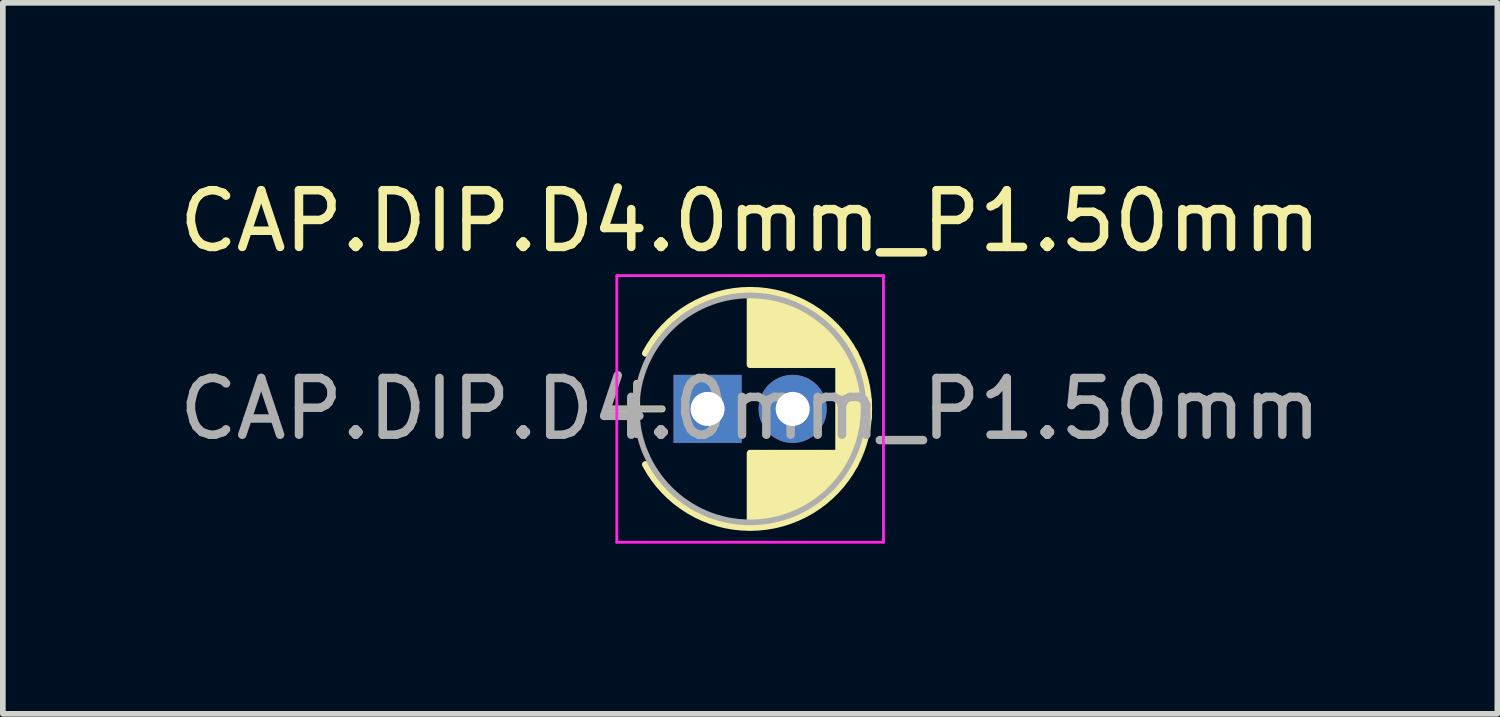
<source format=kicad_pcb>
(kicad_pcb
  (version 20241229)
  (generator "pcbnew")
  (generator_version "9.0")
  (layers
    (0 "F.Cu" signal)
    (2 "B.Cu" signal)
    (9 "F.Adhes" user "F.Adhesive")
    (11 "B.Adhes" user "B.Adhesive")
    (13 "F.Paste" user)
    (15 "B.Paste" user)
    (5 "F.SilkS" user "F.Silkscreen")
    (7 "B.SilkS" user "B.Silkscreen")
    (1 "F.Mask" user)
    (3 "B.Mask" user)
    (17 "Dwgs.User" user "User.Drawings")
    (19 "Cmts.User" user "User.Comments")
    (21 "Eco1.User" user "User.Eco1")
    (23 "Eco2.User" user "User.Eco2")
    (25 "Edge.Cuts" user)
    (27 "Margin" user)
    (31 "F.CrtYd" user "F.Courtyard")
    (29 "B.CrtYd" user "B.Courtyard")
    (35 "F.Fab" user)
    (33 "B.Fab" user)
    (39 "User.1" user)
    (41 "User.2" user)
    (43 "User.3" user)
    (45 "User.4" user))
  (footprint "CAP.DIP.D4.0mm_P1.50mm"
    (layer "F.Cu")
    (at 9.423 4.158)
    (property "Reference" "CAP.DIP.D4.0mm_P1.50mm" (at 0.75 -3.31 0) (layer "F.SilkS") (effects (font (size 1 1) (thickness 0.15))))
    (attr through_hole)
    (fp_line (start -1.7 0) (end -0.8 0) (stroke (width 0.12) (type solid)) (layer "F.SilkS"))
    (fp_line (start -1.25 -0.45) (end -1.25 0.45) (stroke (width 0.12) (type solid)) (layer "F.SilkS"))
    (fp_line (start 0.75 -2.05) (end 0.75 -0.78) (stroke (width 0.12) (type solid)) (layer "F.SilkS"))
    (fp_line (start 0.75 0.78) (end 0.75 2.05) (stroke (width 0.12) (type solid)) (layer "F.SilkS"))
    (fp_line (start 0.79 -2.05) (end 0.79 -0.78) (stroke (width 0.12) (type solid)) (layer "F.SilkS"))
    (fp_line (start 0.79 0.78) (end 0.79 2.05) (stroke (width 0.12) (type solid)) (layer "F.SilkS"))
    (fp_line (start 0.83 -2.049) (end 0.83 -0.78) (stroke (width 0.12) (type solid)) (layer "F.SilkS"))
    (fp_line (start 0.83 0.78) (end 0.83 2.049) (stroke (width 0.12) (type solid)) (layer "F.SilkS"))
    (fp_line (start 0.87 -2.047) (end 0.87 -0.78) (stroke (width 0.12) (type solid)) (layer "F.SilkS"))
    (fp_line (start 0.87 0.78) (end 0.87 2.047) (stroke (width 0.12) (type solid)) (layer "F.SilkS"))
    (fp_line (start 0.91 -2.044) (end 0.91 -0.78) (stroke (width 0.12) (type solid)) (layer "F.SilkS"))
    (fp_line (start 0.91 0.78) (end 0.91 2.044) (stroke (width 0.12) (type solid)) (layer "F.SilkS"))
    (fp_line (start 0.95 -2.041) (end 0.95 -0.78) (stroke (width 0.12) (type solid)) (layer "F.SilkS"))
    (fp_line (start 0.95 0.78) (end 0.95 2.041) (stroke (width 0.12) (type solid)) (layer "F.SilkS"))
    (fp_line (start 0.99 -2.037) (end 0.99 -0.78) (stroke (width 0.12) (type solid)) (layer "F.SilkS"))
    (fp_line (start 0.99 0.78) (end 0.99 2.037) (stroke (width 0.12) (type solid)) (layer "F.SilkS"))
    (fp_line (start 1.03 -2.032) (end 1.03 -0.78) (stroke (width 0.12) (type solid)) (layer "F.SilkS"))
    (fp_line (start 1.03 0.78) (end 1.03 2.032) (stroke (width 0.12) (type solid)) (layer "F.SilkS"))
    (fp_line (start 1.07 -2.026) (end 1.07 -0.78) (stroke (width 0.12) (type solid)) (layer "F.SilkS"))
    (fp_line (start 1.07 0.78) (end 1.07 2.026) (stroke (width 0.12) (type solid)) (layer "F.SilkS"))
    (fp_line (start 1.11 -2.019) (end 1.11 -0.78) (stroke (width 0.12) (type solid)) (layer "F.SilkS"))
    (fp_line (start 1.11 0.78) (end 1.11 2.019) (stroke (width 0.12) (type solid)) (layer "F.SilkS"))
    (fp_line (start 1.15 -2.012) (end 1.15 -0.78) (stroke (width 0.12) (type solid)) (layer "F.SilkS"))
    (fp_line (start 1.15 0.78) (end 1.15 2.012) (stroke (width 0.12) (type solid)) (layer "F.SilkS"))
    (fp_line (start 1.19 -2.004) (end 1.19 -0.78) (stroke (width 0.12) (type solid)) (layer "F.SilkS"))
    (fp_line (start 1.19 0.78) (end 1.19 2.004) (stroke (width 0.12) (type solid)) (layer "F.SilkS"))
    (fp_line (start 1.23 -1.995) (end 1.23 -0.78) (stroke (width 0.12) (type solid)) (layer "F.SilkS"))
    (fp_line (start 1.23 0.78) (end 1.23 1.995) (stroke (width 0.12) (type solid)) (layer "F.SilkS"))
    (fp_line (start 1.27 -1.985) (end 1.27 -0.78) (stroke (width 0.12) (type solid)) (layer "F.SilkS"))
    (fp_line (start 1.27 0.78) (end 1.27 1.985) (stroke (width 0.12) (type solid)) (layer "F.SilkS"))
    (fp_line (start 1.31 -1.974) (end 1.31 -0.78) (stroke (width 0.12) (type solid)) (layer "F.SilkS"))
    (fp_line (start 1.31 0.78) (end 1.31 1.974) (stroke (width 0.12) (type solid)) (layer "F.SilkS"))
    (fp_line (start 1.35 -1.963) (end 1.35 -0.78) (stroke (width 0.12) (type solid)) (layer "F.SilkS"))
    (fp_line (start 1.35 0.78) (end 1.35 1.963) (stroke (width 0.12) (type solid)) (layer "F.SilkS"))
    (fp_line (start 1.39 -1.95) (end 1.39 -0.78) (stroke (width 0.12) (type solid)) (layer "F.SilkS"))
    (fp_line (start 1.39 0.78) (end 1.39 1.95) (stroke (width 0.12) (type solid)) (layer "F.SilkS"))
    (fp_line (start 1.43 -1.937) (end 1.43 -0.78) (stroke (width 0.12) (type solid)) (layer "F.SilkS"))
    (fp_line (start 1.43 0.78) (end 1.43 1.937) (stroke (width 0.12) (type solid)) (layer "F.SilkS"))
    (fp_line (start 1.471 -1.923) (end 1.471 -0.78) (stroke (width 0.12) (type solid)) (layer "F.SilkS"))
    (fp_line (start 1.471 0.78) (end 1.471 1.923) (stroke (width 0.12) (type solid)) (layer "F.SilkS"))
    (fp_line (start 1.511 -1.907) (end 1.511 -0.78) (stroke (width 0.12) (type solid)) (layer "F.SilkS"))
    (fp_line (start 1.511 0.78) (end 1.511 1.907) (stroke (width 0.12) (type solid)) (layer "F.SilkS"))
    (fp_line (start 1.551 -1.891) (end 1.551 -0.78) (stroke (width 0.12) (type solid)) (layer "F.SilkS"))
    (fp_line (start 1.551 0.78) (end 1.551 1.891) (stroke (width 0.12) (type solid)) (layer "F.SilkS"))
    (fp_line (start 1.591 -1.874) (end 1.591 -0.78) (stroke (width 0.12) (type solid)) (layer "F.SilkS"))
    (fp_line (start 1.591 0.78) (end 1.591 1.874) (stroke (width 0.12) (type solid)) (layer "F.SilkS"))
    (fp_line (start 1.631 -1.856) (end 1.631 -0.78) (stroke (width 0.12) (type solid)) (layer "F.SilkS"))
    (fp_line (start 1.631 0.78) (end 1.631 1.856) (stroke (width 0.12) (type solid)) (layer "F.SilkS"))
    (fp_line (start 1.671 -1.837) (end 1.671 -0.78) (stroke (width 0.12) (type solid)) (layer "F.SilkS"))
    (fp_line (start 1.671 0.78) (end 1.671 1.837) (stroke (width 0.12) (type solid)) (layer "F.SilkS"))
    (fp_line (start 1.711 -1.817) (end 1.711 -0.78) (stroke (width 0.12) (type solid)) (layer "F.SilkS"))
    (fp_line (start 1.711 0.78) (end 1.711 1.817) (stroke (width 0.12) (type solid)) (layer "F.SilkS"))
    (fp_line (start 1.751 -1.796) (end 1.751 -0.78) (stroke (width 0.12) (type solid)) (layer "F.SilkS"))
    (fp_line (start 1.751 0.78) (end 1.751 1.796) (stroke (width 0.12) (type solid)) (layer "F.SilkS"))
    (fp_line (start 1.791 -1.773) (end 1.791 -0.78) (stroke (width 0.12) (type solid)) (layer "F.SilkS"))
    (fp_line (start 1.791 0.78) (end 1.791 1.773) (stroke (width 0.12) (type solid)) (layer "F.SilkS"))
    (fp_line (start 1.831 -1.75) (end 1.831 -0.78) (stroke (width 0.12) (type solid)) (layer "F.SilkS"))
    (fp_line (start 1.831 0.78) (end 1.831 1.75) (stroke (width 0.12) (type solid)) (layer "F.SilkS"))
    (fp_line (start 1.871 -1.725) (end 1.871 -0.78) (stroke (width 0.12) (type solid)) (layer "F.SilkS"))
    (fp_line (start 1.871 0.78) (end 1.871 1.725) (stroke (width 0.12) (type solid)) (layer "F.SilkS"))
    (fp_line (start 1.911 -1.699) (end 1.911 -0.78) (stroke (width 0.12) (type solid)) (layer "F.SilkS"))
    (fp_line (start 1.911 0.78) (end 1.911 1.699) (stroke (width 0.12) (type solid)) (layer "F.SilkS"))
    (fp_line (start 1.951 -1.672) (end 1.951 -0.78) (stroke (width 0.12) (type solid)) (layer "F.SilkS"))
    (fp_line (start 1.951 0.78) (end 1.951 1.672) (stroke (width 0.12) (type solid)) (layer "F.SilkS"))
    (fp_line (start 1.991 -1.643) (end 1.991 -0.78) (stroke (width 0.12) (type solid)) (layer "F.SilkS"))
    (fp_line (start 1.991 0.78) (end 1.991 1.643) (stroke (width 0.12) (type solid)) (layer "F.SilkS"))
    (fp_line (start 2.031 -1.613) (end 2.031 -0.78) (stroke (width 0.12) (type solid)) (layer "F.SilkS"))
    (fp_line (start 2.031 0.78) (end 2.031 1.613) (stroke (width 0.12) (type solid)) (layer "F.SilkS"))
    (fp_line (start 2.071 -1.581) (end 2.071 -0.78) (stroke (width 0.12) (type solid)) (layer "F.SilkS"))
    (fp_line (start 2.071 0.78) (end 2.071 1.581) (stroke (width 0.12) (type solid)) (layer "F.SilkS"))
    (fp_line (start 2.111 -1.547) (end 2.111 -0.78) (stroke (width 0.12) (type solid)) (layer "F.SilkS"))
    (fp_line (start 2.111 0.78) (end 2.111 1.547) (stroke (width 0.12) (type solid)) (layer "F.SilkS"))
    (fp_line (start 2.151 -1.512) (end 2.151 -0.78) (stroke (width 0.12) (type solid)) (layer "F.SilkS"))
    (fp_line (start 2.151 0.78) (end 2.151 1.512) (stroke (width 0.12) (type solid)) (layer "F.SilkS"))
    (fp_line (start 2.191 -1.475) (end 2.191 -0.78) (stroke (width 0.12) (type solid)) (layer "F.SilkS"))
    (fp_line (start 2.191 0.78) (end 2.191 1.475) (stroke (width 0.12) (type solid)) (layer "F.SilkS"))
    (fp_line (start 2.231 -1.436) (end 2.231 -0.78) (stroke (width 0.12) (type solid)) (layer "F.SilkS"))
    (fp_line (start 2.231 0.78) (end 2.231 1.436) (stroke (width 0.12) (type solid)) (layer "F.SilkS"))
    (fp_line (start 2.271 -1.395) (end 2.271 -0.78) (stroke (width 0.12) (type solid)) (layer "F.SilkS"))
    (fp_line (start 2.271 0.78) (end 2.271 1.395) (stroke (width 0.12) (type solid)) (layer "F.SilkS"))
    (fp_line (start 2.311 -1.351) (end 2.311 1.351) (stroke (width 0.12) (type solid)) (layer "F.SilkS"))
    (fp_line (start 2.351 -1.305) (end 2.351 1.305) (stroke (width 0.12) (type solid)) (layer "F.SilkS"))
    (fp_line (start 2.391 -1.256) (end 2.391 1.256) (stroke (width 0.12) (type solid)) (layer "F.SilkS"))
    (fp_line (start 2.431 -1.204) (end 2.431 1.204) (stroke (width 0.12) (type solid)) (layer "F.SilkS"))
    (fp_line (start 2.471 -1.148) (end 2.471 1.148) (stroke (width 0.12) (type solid)) (layer "F.SilkS"))
    (fp_line (start 2.511 -1.088) (end 2.511 1.088) (stroke (width 0.12) (type solid)) (layer "F.SilkS"))
    (fp_line (start 2.551 -1.023) (end 2.551 1.023) (stroke (width 0.12) (type solid)) (layer "F.SilkS"))
    (fp_line (start 2.591 -0.952) (end 2.591 0.952) (stroke (width 0.12) (type solid)) (layer "F.SilkS"))
    (fp_line (start 2.631 -0.874) (end 2.631 0.874) (stroke (width 0.12) (type solid)) (layer "F.SilkS"))
    (fp_line (start 2.671 -0.786) (end 2.671 0.786) (stroke (width 0.12) (type solid)) (layer "F.SilkS"))
    (fp_line (start 2.711 -0.686) (end 2.711 0.686) (stroke (width 0.12) (type solid)) (layer "F.SilkS"))
    (fp_line (start 2.751 -0.567) (end 2.751 0.567) (stroke (width 0.12) (type solid)) (layer "F.SilkS"))
    (fp_line (start 2.791 -0.415) (end 2.791 0.415) (stroke (width 0.12) (type solid)) (layer "F.SilkS"))
    (fp_line (start 2.831 -0.165) (end 2.831 0.165) (stroke (width 0.12) (type solid)) (layer "F.SilkS"))
    (fp_arc (start -1.095996 -0.98) (mid 0.75047 -2.09) (end 2.596436 -0.97917) (stroke (width 0.12) (type solid)) (layer "F.SilkS"))
    (fp_arc (start 2.595996 -0.98) (mid 2.84 -0.00047) (end 2.596436 0.97917) (stroke (width 0.12) (type solid)) (layer "F.SilkS"))
    (fp_arc (start 2.596436 0.97917) (mid 0.75047 2.09) (end -1.095996 0.98) (stroke (width 0.12) (type solid)) (layer "F.SilkS"))
    (fp_line (start -1.6 -2.35) (end -1.6 2.35) (stroke (width 0.05) (type solid)) (layer "F.CrtYd"))
    (fp_line (start -1.6 2.35) (end 3.1 2.35) (stroke (width 0.05) (type solid)) (layer "F.CrtYd"))
    (fp_line (start 3.1 -2.35) (end -1.6 -2.35) (stroke (width 0.05) (type solid)) (layer "F.CrtYd"))
    (fp_line (start 3.1 2.35) (end 3.1 -2.35) (stroke (width 0.05) (type solid)) (layer "F.CrtYd"))
    (fp_line (start -1.7 0) (end -0.8 0) (stroke (width 0.1) (type solid)) (layer "F.Fab"))
    (fp_line (start -1.25 -0.45) (end -1.25 0.45) (stroke (width 0.1) (type solid)) (layer "F.Fab"))
    (fp_circle (center 0.75 0) (end 2.75 0) (stroke (width 0.1) (type solid)) (fill no) (layer "F.Fab"))
    (fp_text user "${REFERENCE}" (at 0.75 0 0) (layer "F.Fab") (effects (font (size 1 1) (thickness 0.15))))
    (pad "1" thru_hole rect (at 0 0) (size 1.2 1.2) (drill 0.6) (layers "*.Cu" "*.Mask"))
    (pad "2" thru_hole circle (at 1.5 0) (size 1.2 1.2) (drill 0.6) (layers "*.Cu" "*.Mask")))
  (gr_rect
    (start -3 -3)
    (end 23.345 9.533)
    (stroke (width 0.1) (type default))
    (fill no)
    (layer "Edge.Cuts")))
</source>
